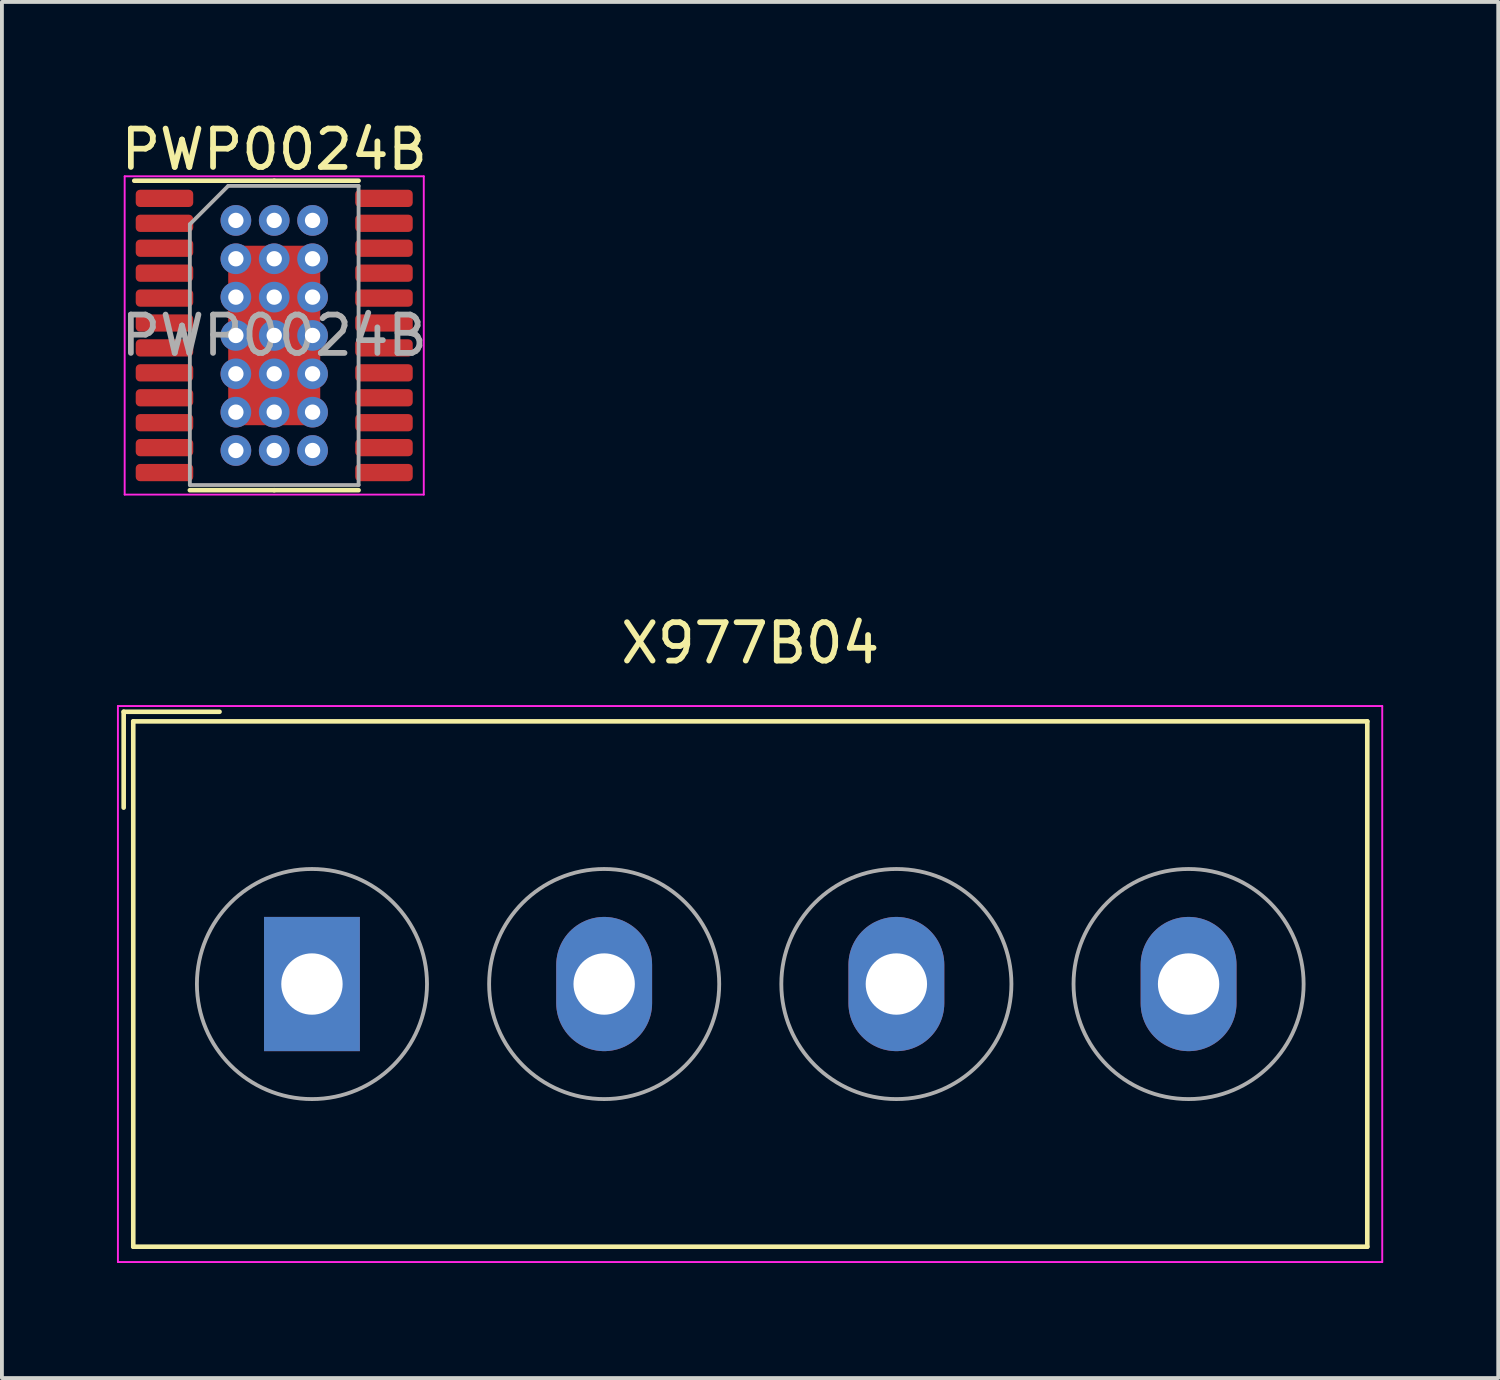
<source format=kicad_pcb>
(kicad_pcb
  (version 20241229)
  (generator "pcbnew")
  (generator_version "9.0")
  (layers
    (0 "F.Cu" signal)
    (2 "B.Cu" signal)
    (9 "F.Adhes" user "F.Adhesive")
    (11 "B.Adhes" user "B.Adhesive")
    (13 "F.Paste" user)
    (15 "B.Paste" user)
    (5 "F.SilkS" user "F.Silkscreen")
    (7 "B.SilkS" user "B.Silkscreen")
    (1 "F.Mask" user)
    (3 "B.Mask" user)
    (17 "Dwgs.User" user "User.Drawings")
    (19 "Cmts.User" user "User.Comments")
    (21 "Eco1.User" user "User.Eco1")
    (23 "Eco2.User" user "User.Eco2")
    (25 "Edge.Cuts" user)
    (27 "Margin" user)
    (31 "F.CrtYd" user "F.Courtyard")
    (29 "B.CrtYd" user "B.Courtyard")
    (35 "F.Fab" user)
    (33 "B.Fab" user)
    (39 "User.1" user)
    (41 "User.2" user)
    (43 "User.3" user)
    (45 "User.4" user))
  (footprint "PWP0024B"
    (layer "F.Cu")
    (at 4.101 5.698)
    (property "Reference" "PWP0024B" (at 0 -4.85 0) (layer "F.SilkS") (effects (font (size 1 1) (thickness 0.15))))
    (attr smd)
    (fp_line (start 0 -4.035) (end -3.65 -4.035) (stroke (width 0.12) (type solid)) (layer "F.SilkS"))
    (fp_line (start 0 -4.035) (end 2.2 -4.035) (stroke (width 0.12) (type solid)) (layer "F.SilkS"))
    (fp_line (start 0 4.035) (end -2.2 4.035) (stroke (width 0.12) (type solid)) (layer "F.SilkS"))
    (fp_line (start 0 4.035) (end 2.2 4.035) (stroke (width 0.12) (type solid)) (layer "F.SilkS"))
    (fp_line (start -3.9 -4.15) (end -3.9 4.15) (stroke (width 0.05) (type solid)) (layer "F.CrtYd"))
    (fp_line (start -3.9 4.15) (end 3.9 4.15) (stroke (width 0.05) (type solid)) (layer "F.CrtYd"))
    (fp_line (start 3.9 -4.15) (end -3.9 -4.15) (stroke (width 0.05) (type solid)) (layer "F.CrtYd"))
    (fp_line (start 3.9 4.15) (end 3.9 -4.15) (stroke (width 0.05) (type solid)) (layer "F.CrtYd"))
    (fp_line (start -2.2 -2.9) (end -1.2 -3.9) (stroke (width 0.1) (type solid)) (layer "F.Fab"))
    (fp_line (start -2.2 3.9) (end -2.2 -2.9) (stroke (width 0.1) (type solid)) (layer "F.Fab"))
    (fp_line (start -1.2 -3.9) (end 2.2 -3.9) (stroke (width 0.1) (type solid)) (layer "F.Fab"))
    (fp_line (start 2.2 -3.9) (end 2.2 3.9) (stroke (width 0.1) (type solid)) (layer "F.Fab"))
    (fp_line (start 2.2 3.9) (end -2.2 3.9) (stroke (width 0.1) (type solid)) (layer "F.Fab"))
    (fp_text user "${REFERENCE}" (at 0 0 0) (layer "F.Fab") (effects (font (size 1 1) (thickness 0.15))))
    (pad "" smd roundrect (at 0 -1.17) (size 1.93 1.89) (layers "F.Paste") (roundrect_rratio 0.132))
    (pad "" smd roundrect (at 0 1.17) (size 1.93 1.89) (layers "F.Paste") (roundrect_rratio 0.132))
    (pad "1" smd roundrect (at -2.862 -3.575) (size 1.5 0.45) (layers "F.Cu" "F.Mask" "F.Paste") (roundrect_rratio 0.25))
    (pad "2" smd roundrect (at -2.862 -2.925) (size 1.5 0.45) (layers "F.Cu" "F.Mask" "F.Paste") (roundrect_rratio 0.25))
    (pad "3" smd roundrect (at -2.862 -2.275) (size 1.5 0.45) (layers "F.Cu" "F.Mask" "F.Paste") (roundrect_rratio 0.25))
    (pad "4" smd roundrect (at -2.862 -1.625) (size 1.5 0.45) (layers "F.Cu" "F.Mask" "F.Paste") (roundrect_rratio 0.25))
    (pad "5" smd roundrect (at -2.862 -0.975) (size 1.5 0.45) (layers "F.Cu" "F.Mask" "F.Paste") (roundrect_rratio 0.25))
    (pad "6" smd roundrect (at -2.862 -0.325) (size 1.5 0.45) (layers "F.Cu" "F.Mask" "F.Paste") (roundrect_rratio 0.25))
    (pad "7" smd roundrect (at -2.862 0.325) (size 1.5 0.45) (layers "F.Cu" "F.Mask" "F.Paste") (roundrect_rratio 0.25))
    (pad "8" smd roundrect (at -2.862 0.975) (size 1.5 0.45) (layers "F.Cu" "F.Mask" "F.Paste") (roundrect_rratio 0.25))
    (pad "9" smd roundrect (at -2.862 1.625) (size 1.5 0.45) (layers "F.Cu" "F.Mask" "F.Paste") (roundrect_rratio 0.25))
    (pad "10" smd roundrect (at -2.862 2.275) (size 1.5 0.45) (layers "F.Cu" "F.Mask" "F.Paste") (roundrect_rratio 0.25))
    (pad "11" smd roundrect (at -2.862 2.925) (size 1.5 0.45) (layers "F.Cu" "F.Mask" "F.Paste") (roundrect_rratio 0.25))
    (pad "12" smd roundrect (at -2.862 3.575) (size 1.5 0.45) (layers "F.Cu" "F.Mask" "F.Paste") (roundrect_rratio 0.25))
    (pad "13" smd roundrect (at 2.862 3.575) (size 1.5 0.45) (layers "F.Cu" "F.Mask" "F.Paste") (roundrect_rratio 0.25))
    (pad "14" smd roundrect (at 2.862 2.925) (size 1.5 0.45) (layers "F.Cu" "F.Mask" "F.Paste") (roundrect_rratio 0.25))
    (pad "15" smd roundrect (at 2.862 2.275) (size 1.5 0.45) (layers "F.Cu" "F.Mask" "F.Paste") (roundrect_rratio 0.25))
    (pad "16" smd roundrect (at 2.862 1.625) (size 1.5 0.45) (layers "F.Cu" "F.Mask" "F.Paste") (roundrect_rratio 0.25))
    (pad "17" smd roundrect (at 2.862 0.975) (size 1.5 0.45) (layers "F.Cu" "F.Mask" "F.Paste") (roundrect_rratio 0.25))
    (pad "18" smd roundrect (at 2.862 0.325) (size 1.5 0.45) (layers "F.Cu" "F.Mask" "F.Paste") (roundrect_rratio 0.25))
    (pad "19" smd roundrect (at 2.862 -0.325) (size 1.5 0.45) (layers "F.Cu" "F.Mask" "F.Paste") (roundrect_rratio 0.25))
    (pad "20" smd roundrect (at 2.862 -0.975) (size 1.5 0.45) (layers "F.Cu" "F.Mask" "F.Paste") (roundrect_rratio 0.25))
    (pad "21" smd roundrect (at 2.862 -1.625) (size 1.5 0.45) (layers "F.Cu" "F.Mask" "F.Paste") (roundrect_rratio 0.25))
    (pad "22" smd roundrect (at 2.862 -2.275) (size 1.5 0.45) (layers "F.Cu" "F.Mask" "F.Paste") (roundrect_rratio 0.25))
    (pad "23" smd roundrect (at 2.862 -2.925) (size 1.5 0.45) (layers "F.Cu" "F.Mask" "F.Paste") (roundrect_rratio 0.25))
    (pad "24" smd roundrect (at 2.862 -3.575) (size 1.5 0.45) (layers "F.Cu" "F.Mask" "F.Paste") (roundrect_rratio 0.25))
    (pad "25" thru_hole circle (at -1 -3) (size 0.8 0.8) (drill 0.4) (layers "*.Cu" "B.Mask"))
    (pad "25" thru_hole circle (at -1 -2) (size 0.8 0.8) (drill 0.4) (layers "*.Cu" "*.Mask"))
    (pad "25" thru_hole circle (at -1 -1) (size 0.8 0.8) (drill 0.4) (layers "*.Cu" "*.Mask"))
    (pad "25" thru_hole circle (at -1 0) (size 0.8 0.8) (drill 0.4) (layers "*.Cu" "*.Mask"))
    (pad "25" thru_hole circle (at -1 1) (size 0.8 0.8) (drill 0.4) (layers "*.Cu" "*.Mask"))
    (pad "25" thru_hole circle (at -1 2) (size 0.8 0.8) (drill 0.4) (layers "*.Cu" "*.Mask"))
    (pad "25" thru_hole circle (at -1 3) (size 0.8 0.8) (drill 0.4) (layers "*.Cu" "B.Mask"))
    (pad "25" thru_hole circle (at 0 -3) (size 0.8 0.8) (drill 0.4) (layers "*.Cu" "B.Mask"))
    (pad "25" thru_hole circle (at 0 -2) (size 0.8 0.8) (drill 0.4) (layers "*.Cu" "*.Mask"))
    (pad "25" thru_hole circle (at 0 -1) (size 0.8 0.8) (drill 0.4) (layers "*.Cu" "*.Mask"))
    (pad "25" thru_hole circle (at 0 0) (size 0.8 0.8) (drill 0.4) (layers "*.Cu" "*.Mask"))
    (pad "25" smd roundrect (at 0 0) (size 2.4 4.68) (layers "F.Cu" "F.Mask") (roundrect_rratio 0.104))
    (pad "25" thru_hole circle (at 0 1) (size 0.8 0.8) (drill 0.4) (layers "*.Cu" "*.Mask"))
    (pad "25" thru_hole circle (at 0 2) (size 0.8 0.8) (drill 0.4) (layers "*.Cu" "*.Mask"))
    (pad "25" thru_hole circle (at 0 3) (size 0.8 0.8) (drill 0.4) (layers "*.Cu" "B.Mask"))
    (pad "25" thru_hole circle (at 1 -3) (size 0.8 0.8) (drill 0.4) (layers "*.Cu" "B.Mask"))
    (pad "25" thru_hole circle (at 1 -2) (size 0.8 0.8) (drill 0.4) (layers "*.Cu" "*.Mask"))
    (pad "25" thru_hole circle (at 1 -1) (size 0.8 0.8) (drill 0.4) (layers "*.Cu" "*.Mask"))
    (pad "25" thru_hole circle (at 1 0) (size 0.8 0.8) (drill 0.4) (layers "*.Cu" "*.Mask"))
    (pad "25" thru_hole circle (at 1 1) (size 0.8 0.8) (drill 0.4) (layers "*.Cu" "*.Mask"))
    (pad "25" thru_hole circle (at 1 2) (size 0.8 0.8) (drill 0.4) (layers "*.Cu" "*.Mask"))
    (pad "25" thru_hole circle (at 1 3) (size 0.8 0.8) (drill 0.4) (layers "*.Cu" "B.Mask")))
  (footprint "X977B04"
    (layer "F.Cu")
    (at 5.085 22.611)
    (property "Reference" "X977B04" (at 11.43 -8.89 0) (layer "F.SilkS") (effects (font (size 1 1) (thickness 0.15))))
    (attr through_hole)
    (fp_line (start -4.91 -7.1) (end -2.41 -7.1) (stroke (width 0.12) (type solid)) (layer "F.SilkS"))
    (fp_line (start -4.91 -4.6) (end -4.91 -7.1) (stroke (width 0.12) (type solid)) (layer "F.SilkS"))
    (fp_line (start -4.66 -6.85) (end 27.52 -6.85) (stroke (width 0.12) (type solid)) (layer "F.SilkS"))
    (fp_line (start -4.66 6.85) (end -4.66 -6.85) (stroke (width 0.12) (type solid)) (layer "F.SilkS"))
    (fp_line (start 27.52 -6.85) (end 27.52 6.85) (stroke (width 0.12) (type solid)) (layer "F.SilkS"))
    (fp_line (start 27.52 6.85) (end -4.66 6.85) (stroke (width 0.12) (type solid)) (layer "F.SilkS"))
    (fp_line (start -5.06 -7.25) (end 27.91 -7.25) (stroke (width 0.05) (type solid)) (layer "F.CrtYd"))
    (fp_line (start -5.06 7.25) (end -5.06 -7.25) (stroke (width 0.05) (type solid)) (layer "F.CrtYd"))
    (fp_line (start 27.91 -7.25) (end 27.91 7.25) (stroke (width 0.05) (type solid)) (layer "F.CrtYd"))
    (fp_line (start 27.91 7.25) (end -5.06 7.25) (stroke (width 0.05) (type solid)) (layer "F.CrtYd"))
    (fp_circle (center 0 0) (end 3 0) (stroke (width 0.1) (type solid)) (fill no) (layer "F.Fab"))
    (fp_circle (center 7.62 0) (end 10.62 0) (stroke (width 0.1) (type solid)) (fill no) (layer "F.Fab"))
    (fp_circle (center 15.24 0) (end 18.24 0) (stroke (width 0.1) (type solid)) (fill no) (layer "F.Fab"))
    (fp_circle (center 22.86 0) (end 25.86 0) (stroke (width 0.1) (type solid)) (fill no) (layer "F.Fab"))
    (pad "1" thru_hole rect (at 0 0) (size 2.5 3.5) (drill 1.6) (layers "*.Cu" "*.Mask"))
    (pad "2" thru_hole oval (at 7.62 0) (size 2.5 3.5) (drill 1.6) (layers "*.Cu" "*.Mask"))
    (pad "3" thru_hole oval (at 15.24 0) (size 2.5 3.5) (drill 1.6) (layers "*.Cu" "*.Mask"))
    (pad "4" thru_hole oval (at 22.86 0) (size 2.5 3.5) (drill 1.6) (layers "*.Cu" "*.Mask")))
  (gr_rect
    (start -3 -3)
    (end 36.02 32.886)
    (stroke (width 0.1) (type default))
    (fill no)
    (layer "Edge.Cuts")))
</source>
